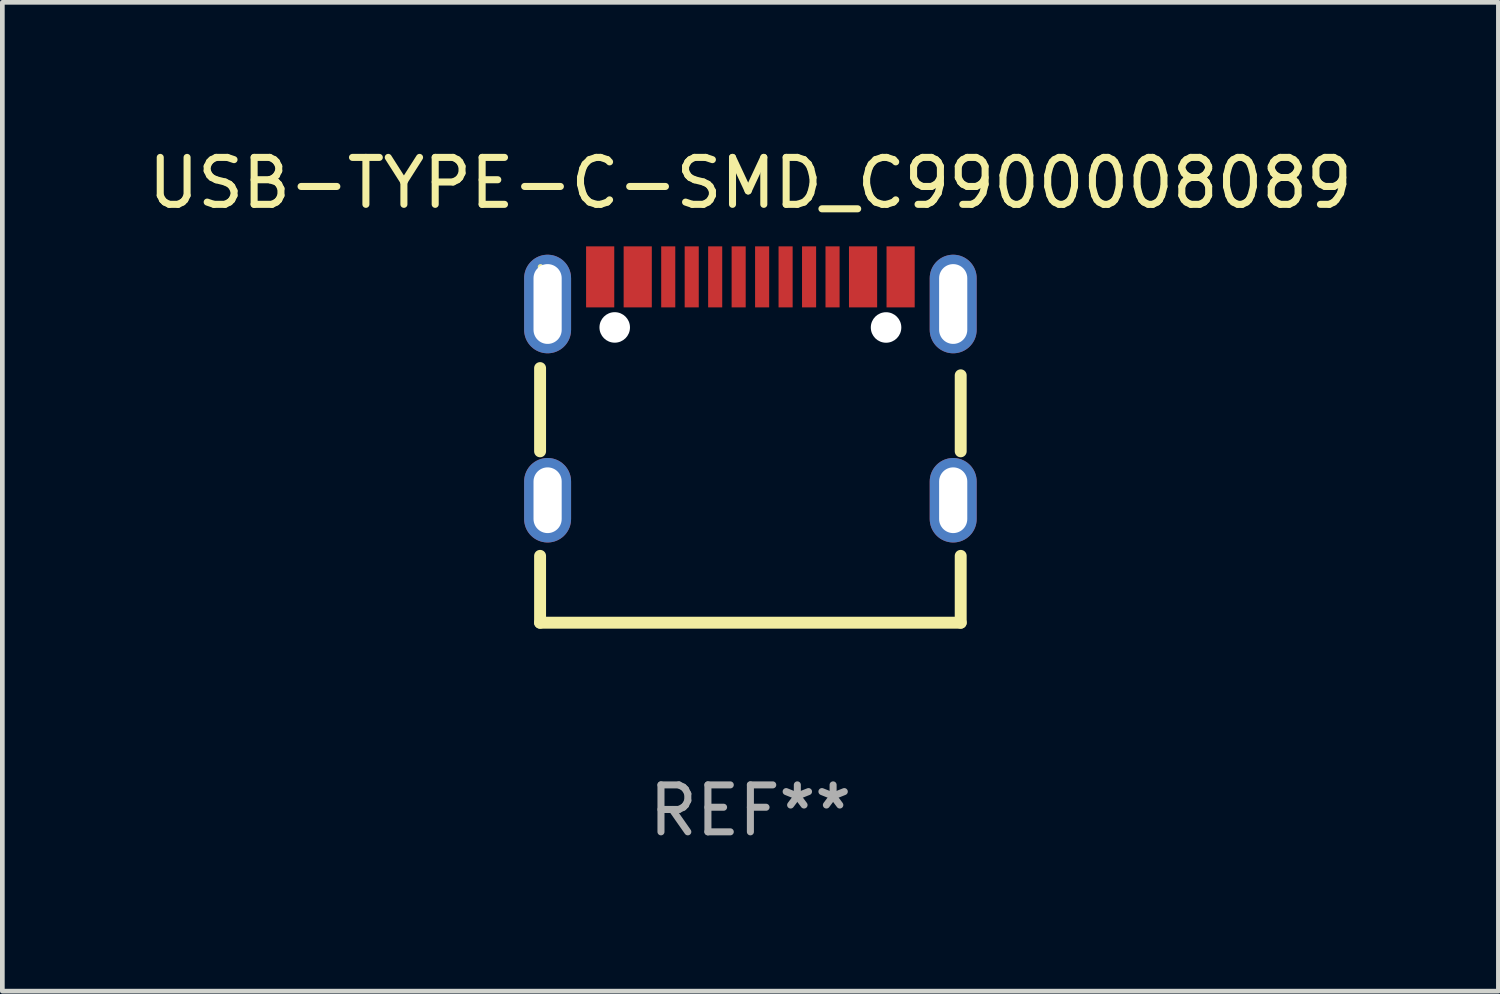
<source format=kicad_pcb>
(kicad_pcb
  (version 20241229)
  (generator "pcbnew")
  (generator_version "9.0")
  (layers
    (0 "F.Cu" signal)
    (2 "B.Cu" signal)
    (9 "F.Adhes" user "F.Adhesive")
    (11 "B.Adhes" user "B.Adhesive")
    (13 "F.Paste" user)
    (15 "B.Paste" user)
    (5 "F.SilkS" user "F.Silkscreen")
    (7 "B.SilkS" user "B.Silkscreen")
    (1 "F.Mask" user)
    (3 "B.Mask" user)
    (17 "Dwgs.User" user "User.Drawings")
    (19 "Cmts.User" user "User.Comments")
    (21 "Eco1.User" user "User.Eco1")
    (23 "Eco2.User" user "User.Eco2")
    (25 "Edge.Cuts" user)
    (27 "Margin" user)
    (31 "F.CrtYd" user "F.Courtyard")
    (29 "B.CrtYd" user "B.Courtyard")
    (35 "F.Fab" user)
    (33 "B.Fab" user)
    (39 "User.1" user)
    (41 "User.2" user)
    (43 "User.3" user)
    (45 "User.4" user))
  (footprint "USB-TYPE-C-SMD_C9900008089"
    (layer "F.Cu")
    (at 12.935 5.227)
    (property "Reference" "USB-TYPE-C-SMD_C9900008089" (at 0 -4.379 0) (layer "F.SilkS") (effects (font (size 1 1) (thickness 0.15))))
    (attr through_hole)
    (fp_line (start -4.48 -0.436) (end -4.48 1.337) (stroke (width 0.254) (type solid)) (layer "F.SilkS"))
    (fp_line (start -4.48 3.564) (end -4.48 4.988) (stroke (width 0.254) (type solid)) (layer "F.SilkS"))
    (fp_line (start -4.48 4.988) (end 4.48 4.988) (stroke (width 0.254) (type solid)) (layer "F.SilkS"))
    (fp_line (start 4.48 1.337) (end 4.48 -0.282) (stroke (width 0.254) (type solid)) (layer "F.SilkS"))
    (fp_line (start 4.48 4.988) (end 4.48 3.564) (stroke (width 0.254) (type solid)) (layer "F.SilkS"))
    (fp_circle (center -4.47 -2.592) (end -4.44 -2.592) (stroke (width 0.06) (type solid)) (fill no) (layer "F.SilkS"))
    (fp_circle (center -2.89 -1.302) (end -2.74 -1.302) (stroke (width 0.3) (type solid)) (fill no) (layer "F.Fab"))
    (fp_circle (center 2.89 -1.302) (end 3.04 -1.302) (stroke (width 0.3) (type solid)) (fill no) (layer "F.Fab"))
    (fp_text user "REF**" (at 0 8.988 0) (layer "F.Fab") (effects (font (size 1 1) (thickness 0.15))))
    (pad "" np_thru_hole circle (at -2.89 -1.302) (size 0.65 0.65) (drill 0.65) (layers "*.Cu" "*.Mask"))
    (pad "" np_thru_hole circle (at 2.89 -1.301) (size 0.65 0.65) (drill 0.65) (layers "*.Cu" "*.Mask"))
    (pad "1" thru_hole oval (at -4.32 -1.801) (size 1 2.1) (drill oval 0.6 1.7) (layers "*.Cu" "*.Mask"))
    (pad "2" thru_hole oval (at 4.32 -1.801) (size 1 2.1) (drill oval 0.6 1.7) (layers "*.Cu" "*.Mask"))
    (pad "3" thru_hole oval (at -4.32 2.379) (size 1 1.8) (drill oval 0.6 1.4) (layers "*.Cu" "*.Mask"))
    (pad "4" thru_hole oval (at 4.32 2.379) (size 1 1.8) (drill oval 0.6 1.4) (layers "*.Cu" "*.Mask"))
    (pad "A1B12" smd rect (at -3.2 -2.379) (size 0.6 1.3) (layers "F.Cu" "F.Mask" "F.Paste"))
    (pad "A4B9" smd rect (at -2.4 -2.379) (size 0.6 1.3) (layers "F.Cu" "F.Mask" "F.Paste"))
    (pad "A5" smd rect (at -1.25 -2.379) (size 0.3 1.3) (layers "F.Cu" "F.Mask" "F.Paste"))
    (pad "A6" smd rect (at -0.25 -2.379) (size 0.3 1.3) (layers "F.Cu" "F.Mask" "F.Paste"))
    (pad "A7" smd rect (at 0.25 -2.379) (size 0.3 1.3) (layers "F.Cu" "F.Mask" "F.Paste"))
    (pad "A8" smd rect (at 1.25 -2.379) (size 0.3 1.3) (layers "F.Cu" "F.Mask" "F.Paste"))
    (pad "B1A12" smd rect (at 3.2 -2.379) (size 0.6 1.3) (layers "F.Cu" "F.Mask" "F.Paste"))
    (pad "B4A9" smd rect (at 2.4 -2.379) (size 0.6 1.3) (layers "F.Cu" "F.Mask" "F.Paste"))
    (pad "B5" smd rect (at 1.75 -2.379) (size 0.3 1.3) (layers "F.Cu" "F.Mask" "F.Paste"))
    (pad "B6" smd rect (at 0.75 -2.379) (size 0.3 1.3) (layers "F.Cu" "F.Mask" "F.Paste"))
    (pad "B7" smd rect (at -0.75 -2.379) (size 0.3 1.3) (layers "F.Cu" "F.Mask" "F.Paste"))
    (pad "B8" smd rect (at -1.75 -2.379) (size 0.3 1.3) (layers "F.Cu" "F.Mask" "F.Paste")))
  (gr_rect
    (start -3 -3)
    (end 28.869 18.064)
    (stroke (width 0.1) (type default))
    (fill no)
    (layer "Edge.Cuts")))
</source>
